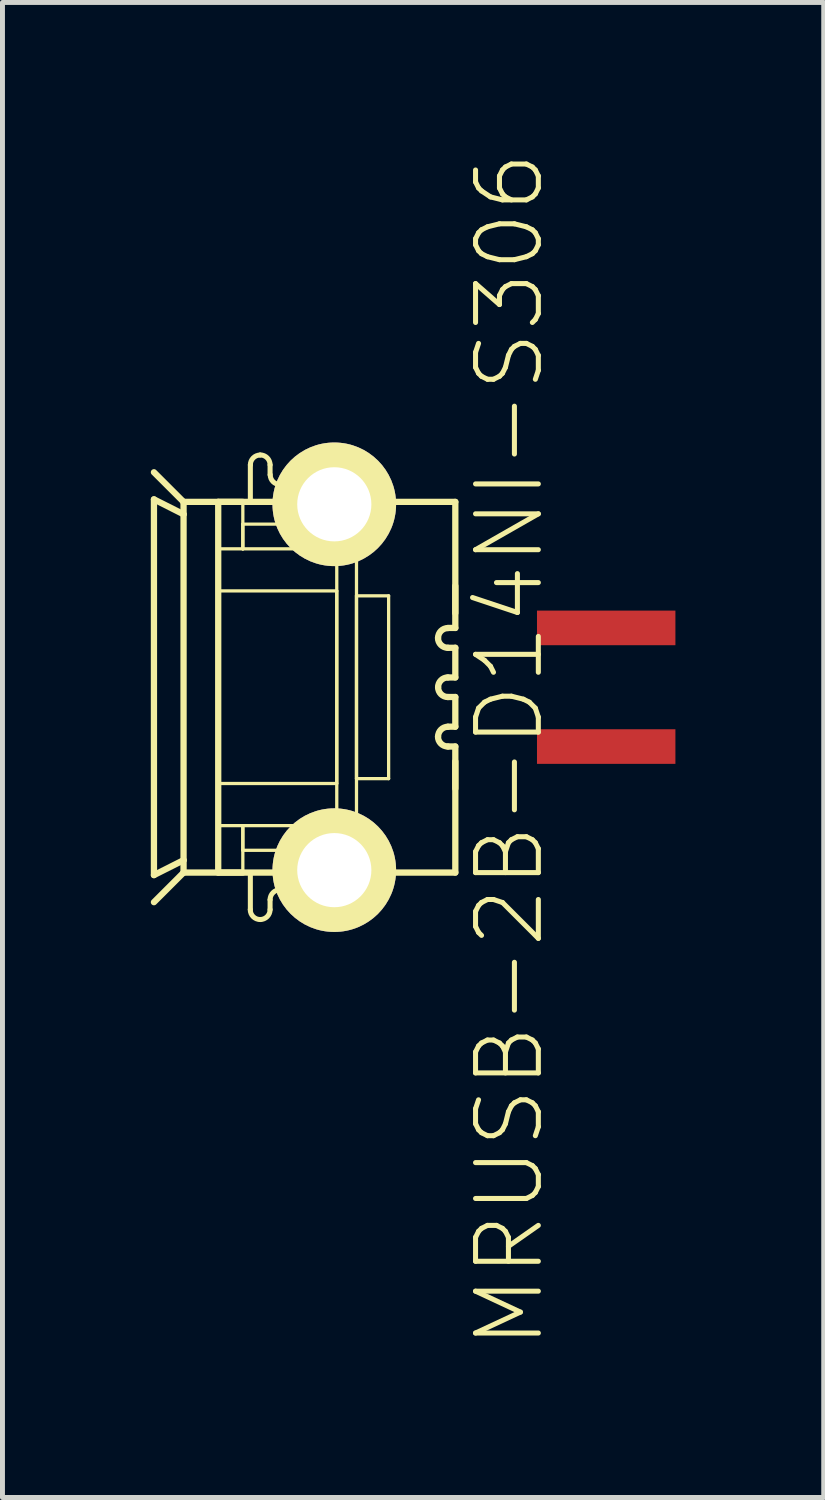
<source format=kicad_pcb>
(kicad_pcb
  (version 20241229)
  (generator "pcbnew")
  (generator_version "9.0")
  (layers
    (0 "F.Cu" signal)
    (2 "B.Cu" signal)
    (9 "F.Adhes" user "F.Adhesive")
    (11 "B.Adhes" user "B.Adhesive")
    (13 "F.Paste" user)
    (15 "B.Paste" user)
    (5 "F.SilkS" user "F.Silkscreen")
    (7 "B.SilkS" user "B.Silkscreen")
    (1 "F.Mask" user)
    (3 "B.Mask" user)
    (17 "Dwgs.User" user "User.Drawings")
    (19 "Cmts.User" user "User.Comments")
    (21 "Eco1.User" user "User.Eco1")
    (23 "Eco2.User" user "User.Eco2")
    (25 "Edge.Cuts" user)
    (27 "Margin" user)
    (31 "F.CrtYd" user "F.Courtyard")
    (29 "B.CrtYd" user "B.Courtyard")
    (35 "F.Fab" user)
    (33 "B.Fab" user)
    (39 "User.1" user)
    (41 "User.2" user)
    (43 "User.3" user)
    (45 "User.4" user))
  (footprint "MRUSB-2B-D14NI-S306"
    (placed yes)
    (layer "F.Cu")
    (at 2.812 10.851)
    (property "Reference" "MRUSB-2B-D14NI-S306" (at 4.445 1.27 90) (layer "F.SilkS") (effects (font (size 1.27 1.27) (thickness 0.102))))
    (attr smd)
    (fp_line (start -2.748 -3.8) (end -2.748 3.8) (stroke (width 0.127) (type solid)) (layer "F.SilkS"))
    (fp_line (start -2.748 3.8) (end -2.149 3.498) (stroke (width 0.127) (type solid)) (layer "F.SilkS"))
    (fp_line (start -2.149 -3.749) (end -2.748 -4.348) (stroke (width 0.127) (type solid)) (layer "F.SilkS"))
    (fp_line (start -2.149 -3.749) (end -2.149 -3.498) (stroke (width 0.127) (type solid)) (layer "F.SilkS"))
    (fp_line (start -2.149 -3.498) (end -2.748 -3.8) (stroke (width 0.127) (type solid)) (layer "F.SilkS"))
    (fp_line (start -2.149 -3.498) (end -2.149 3.498) (stroke (width 0.127) (type solid)) (layer "F.SilkS"))
    (fp_line (start -2.149 3.498) (end -2.149 3.749) (stroke (width 0.127) (type solid)) (layer "F.SilkS"))
    (fp_line (start -2.149 3.749) (end -2.748 4.348) (stroke (width 0.127) (type solid)) (layer "F.SilkS"))
    (fp_line (start -2.149 3.749) (end 0.798 3.749) (stroke (width 0.127) (type solid)) (layer "F.SilkS"))
    (fp_line (start -1.448 -3.749) (end -0.95 -3.749) (stroke (width 0.066) (type solid)) (layer "F.SilkS"))
    (fp_line (start -1.448 -3.749) (end -0.95 -3.749) (stroke (width 0.127) (type solid)) (layer "F.SilkS"))
    (fp_line (start -1.448 -2.799) (end -1.448 -3.749) (stroke (width 0.066) (type solid)) (layer "F.SilkS"))
    (fp_line (start -1.448 -2.799) (end -0.95 -2.799) (stroke (width 0.066) (type solid)) (layer "F.SilkS"))
    (fp_line (start -1.448 -1.948) (end 0.95 -1.948) (stroke (width 0.066) (type solid)) (layer "F.SilkS"))
    (fp_line (start -1.448 1.948) (end -1.448 -1.948) (stroke (width 0.066) (type solid)) (layer "F.SilkS"))
    (fp_line (start -1.448 1.948) (end 0.95 1.948) (stroke (width 0.066) (type solid)) (layer "F.SilkS"))
    (fp_line (start -1.448 2.799) (end -0.95 2.799) (stroke (width 0.066) (type solid)) (layer "F.SilkS"))
    (fp_line (start -1.448 3.749) (end -1.448 -3.749) (stroke (width 0.127) (type solid)) (layer "F.SilkS"))
    (fp_line (start -1.448 3.749) (end -1.448 2.799) (stroke (width 0.066) (type solid)) (layer "F.SilkS"))
    (fp_line (start -1.448 3.749) (end -0.95 3.749) (stroke (width 0.066) (type solid)) (layer "F.SilkS"))
    (fp_line (start -0.95 -3.299) (end 0.95 -3.299) (stroke (width 0.066) (type solid)) (layer "F.SilkS"))
    (fp_line (start -0.95 -2.799) (end -0.95 -3.749) (stroke (width 0.066) (type solid)) (layer "F.SilkS"))
    (fp_line (start -0.95 -2.799) (end -0.95 -3.299) (stroke (width 0.066) (type solid)) (layer "F.SilkS"))
    (fp_line (start -0.95 -2.799) (end 0.95 -2.799) (stroke (width 0.066) (type solid)) (layer "F.SilkS"))
    (fp_line (start -0.95 2.799) (end 0.95 2.799) (stroke (width 0.066) (type solid)) (layer "F.SilkS"))
    (fp_line (start -0.95 3.299) (end -0.95 2.799) (stroke (width 0.066) (type solid)) (layer "F.SilkS"))
    (fp_line (start -0.95 3.299) (end 0.95 3.299) (stroke (width 0.066) (type solid)) (layer "F.SilkS"))
    (fp_line (start -0.95 3.749) (end -1.448 3.749) (stroke (width 0.127) (type solid)) (layer "F.SilkS"))
    (fp_line (start -0.95 3.749) (end -0.95 2.799) (stroke (width 0.066) (type solid)) (layer "F.SilkS"))
    (fp_line (start -0.798 -3.749) (end -0.798 -4.498) (stroke (width 0.102) (type solid)) (layer "F.SilkS"))
    (fp_line (start -0.798 3.749) (end -0.798 4.498) (stroke (width 0.102) (type solid)) (layer "F.SilkS"))
    (fp_line (start -0.399 -4.498) (end -0.399 -4.298) (stroke (width 0.102) (type solid)) (layer "F.SilkS"))
    (fp_line (start -0.399 4.498) (end -0.399 4.298) (stroke (width 0.102) (type solid)) (layer "F.SilkS"))
    (fp_line (start -0.198 -4.1) (end 0.198 -4.1) (stroke (width 0.102) (type solid)) (layer "F.SilkS"))
    (fp_line (start 0.198 4.1) (end -0.198 4.1) (stroke (width 0.102) (type solid)) (layer "F.SilkS"))
    (fp_line (start 0.399 -4.498) (end 0.399 -4.298) (stroke (width 0.102) (type solid)) (layer "F.SilkS"))
    (fp_line (start 0.399 4.498) (end 0.399 4.298) (stroke (width 0.102) (type solid)) (layer "F.SilkS"))
    (fp_line (start 0.798 -3.749) (end 0.798 -4.498) (stroke (width 0.102) (type solid)) (layer "F.SilkS"))
    (fp_line (start 0.798 3.749) (end 0.798 4.498) (stroke (width 0.102) (type solid)) (layer "F.SilkS"))
    (fp_line (start 0.798 3.749) (end 3.348 3.749) (stroke (width 0.127) (type solid)) (layer "F.SilkS"))
    (fp_line (start 0.95 -3.749) (end 1.349 -3.749) (stroke (width 0.066) (type solid)) (layer "F.SilkS"))
    (fp_line (start 0.95 -3.749) (end 1.349 -3.749) (stroke (width 0.127) (type solid)) (layer "F.SilkS"))
    (fp_line (start 0.95 -2.799) (end 0.95 -3.299) (stroke (width 0.066) (type solid)) (layer "F.SilkS"))
    (fp_line (start 0.95 1.948) (end 0.95 -1.948) (stroke (width 0.066) (type solid)) (layer "F.SilkS"))
    (fp_line (start 0.95 3.299) (end 0.95 2.799) (stroke (width 0.066) (type solid)) (layer "F.SilkS"))
    (fp_line (start 0.95 3.749) (end 0.95 -3.749) (stroke (width 0.066) (type solid)) (layer "F.SilkS"))
    (fp_line (start 0.95 3.749) (end 1.349 3.749) (stroke (width 0.066) (type solid)) (layer "F.SilkS"))
    (fp_line (start 0.95 3.749) (end 1.349 3.749) (stroke (width 0.127) (type solid)) (layer "F.SilkS"))
    (fp_line (start 1.349 -1.849) (end 1.999 -1.849) (stroke (width 0.066) (type solid)) (layer "F.SilkS"))
    (fp_line (start 1.349 1.849) (end 1.349 -1.849) (stroke (width 0.066) (type solid)) (layer "F.SilkS"))
    (fp_line (start 1.349 1.849) (end 1.999 1.849) (stroke (width 0.066) (type solid)) (layer "F.SilkS"))
    (fp_line (start 1.349 3.749) (end 1.349 -3.749) (stroke (width 0.066) (type solid)) (layer "F.SilkS"))
    (fp_line (start 1.999 1.849) (end 1.999 -1.849) (stroke (width 0.066) (type solid)) (layer "F.SilkS"))
    (fp_line (start 3.198 -1.199) (end 3.348 -1.199) (stroke (width 0.127) (type solid)) (layer "F.SilkS"))
    (fp_line (start 3.198 -0.798) (end 3.348 -0.798) (stroke (width 0.127) (type solid)) (layer "F.SilkS"))
    (fp_line (start 3.198 -0.198) (end 3.348 -0.198) (stroke (width 0.127) (type solid)) (layer "F.SilkS"))
    (fp_line (start 3.198 0.198) (end 3.348 0.198) (stroke (width 0.127) (type solid)) (layer "F.SilkS"))
    (fp_line (start 3.198 0.798) (end 3.348 0.798) (stroke (width 0.127) (type solid)) (layer "F.SilkS"))
    (fp_line (start 3.198 1.199) (end 3.348 1.199) (stroke (width 0.127) (type solid)) (layer "F.SilkS"))
    (fp_line (start 3.348 -3.749) (end -2.149 -3.749) (stroke (width 0.127) (type solid)) (layer "F.SilkS"))
    (fp_line (start 3.348 -3.749) (end 3.348 -1.199) (stroke (width 0.127) (type solid)) (layer "F.SilkS"))
    (fp_line (start 3.348 -1.499) (end 3.348 -2.05) (stroke (width 0.127) (type solid)) (layer "F.SilkS"))
    (fp_line (start 3.348 -0.198) (end 3.348 -0.798) (stroke (width 0.127) (type solid)) (layer "F.SilkS"))
    (fp_line (start 3.348 0.798) (end 3.348 0.198) (stroke (width 0.127) (type solid)) (layer "F.SilkS"))
    (fp_line (start 3.348 1.199) (end 3.348 3.749) (stroke (width 0.127) (type solid)) (layer "F.SilkS"))
    (fp_line (start 3.348 2.05) (end 3.348 1.499) (stroke (width 0.127) (type solid)) (layer "F.SilkS"))
    (fp_arc (start -0.79756 -4.49834) (mid -0.739532 -4.638432) (end -0.59944 -4.69646) (stroke (width 0.1016) (type solid)) (layer "F.SilkS"))
    (fp_arc (start -0.59944 -4.699) (mid -0.457552 -4.640228) (end -0.39878 -4.49834) (stroke (width 0.1016) (type solid)) (layer "F.SilkS"))
    (fp_arc (start -0.59944 4.699) (mid -0.741328 4.640228) (end -0.8001 4.49834) (stroke (width 0.1016) (type solid)) (layer "F.SilkS"))
    (fp_arc (start -0.39878 4.29768) (mid -0.340008 4.155792) (end -0.19812 4.09702) (stroke (width 0.1016) (type solid)) (layer "F.SilkS"))
    (fp_arc (start -0.39878 4.49834) (mid -0.457552 4.640228) (end -0.59944 4.699) (stroke (width 0.1016) (type solid)) (layer "F.SilkS"))
    (fp_arc (start -0.19812 -4.09956) (mid -0.338212 -4.157588) (end -0.39624 -4.29768) (stroke (width 0.1016) (type solid)) (layer "F.SilkS"))
    (fp_arc (start 0.19812 4.09956) (mid 0.338212 4.157588) (end 0.39624 4.29768) (stroke (width 0.1016) (type solid)) (layer "F.SilkS"))
    (fp_arc (start 0.39878 -4.49834) (mid 0.457552 -4.640228) (end 0.59944 -4.699) (stroke (width 0.1016) (type solid)) (layer "F.SilkS"))
    (fp_arc (start 0.39878 -4.29768) (mid 0.340008 -4.155792) (end 0.19812 -4.09702) (stroke (width 0.1016) (type solid)) (layer "F.SilkS"))
    (fp_arc (start 0.59944 -4.699) (mid 0.741328 -4.640228) (end 0.8001 -4.49834) (stroke (width 0.1016) (type solid)) (layer "F.SilkS"))
    (fp_arc (start 0.59944 4.699) (mid 0.457552 4.640228) (end 0.39878 4.49834) (stroke (width 0.1016) (type solid)) (layer "F.SilkS"))
    (fp_arc (start 0.79756 4.49834) (mid 0.739532 4.638432) (end 0.59944 4.69646) (stroke (width 0.1016) (type solid)) (layer "F.SilkS"))
    (fp_arc (start 2.99974 -0.99822) (mid 3.057646 -1.13819) (end 3.197514 -1.19634) (stroke (width 0.127) (type solid)) (layer "F.SilkS"))
    (fp_arc (start 2.99974 0) (mid 3.057646 -0.13997) (end 3.197514 -0.19812) (stroke (width 0.127) (type solid)) (layer "F.SilkS"))
    (fp_arc (start 2.99974 0.99822) (mid 3.057646 0.85825) (end 3.197514 0.8001) (stroke (width 0.127) (type solid)) (layer "F.SilkS"))
    (fp_arc (start 3.19786 -0.79756) (mid 3.056096 -0.856208) (end 2.9972 -0.99787) (stroke (width 0.127) (type solid)) (layer "F.SilkS"))
    (fp_arc (start 3.19786 0.19812) (mid 3.05789 0.140214) (end 2.99974 0.000346) (stroke (width 0.127) (type solid)) (layer "F.SilkS"))
    (fp_arc (start 3.19786 1.19888) (mid 3.056096 1.140232) (end 2.9972 0.99857) (stroke (width 0.127) (type solid)) (layer "F.SilkS"))
    (pad "1" smd rect (at 6.4 -1.2) (size 2.8 0.7) (layers "F.Cu" "F.Mask" "F.Paste"))
    (pad "2" smd rect (at 6.4 1.2) (size 2.8 0.7) (layers "F.Cu" "F.Mask" "F.Paste"))
    (pad "3" thru_hole circle (at 0.9 -3.7) (size 2.5 2.5) (drill 1.5) (layers "*.Cu" "*.Mask" "F.SilkS"))
    (pad "4" thru_hole circle (at 0.9 3.7) (size 2.5 2.5) (drill 1.5) (layers "*.Cu" "*.Mask" "F.SilkS")))
  (gr_rect
    (start -3 -3)
    (end 13.612 27.241)
    (stroke (width 0.1) (type default))
    (fill no)
    (layer "Edge.Cuts")))
</source>
